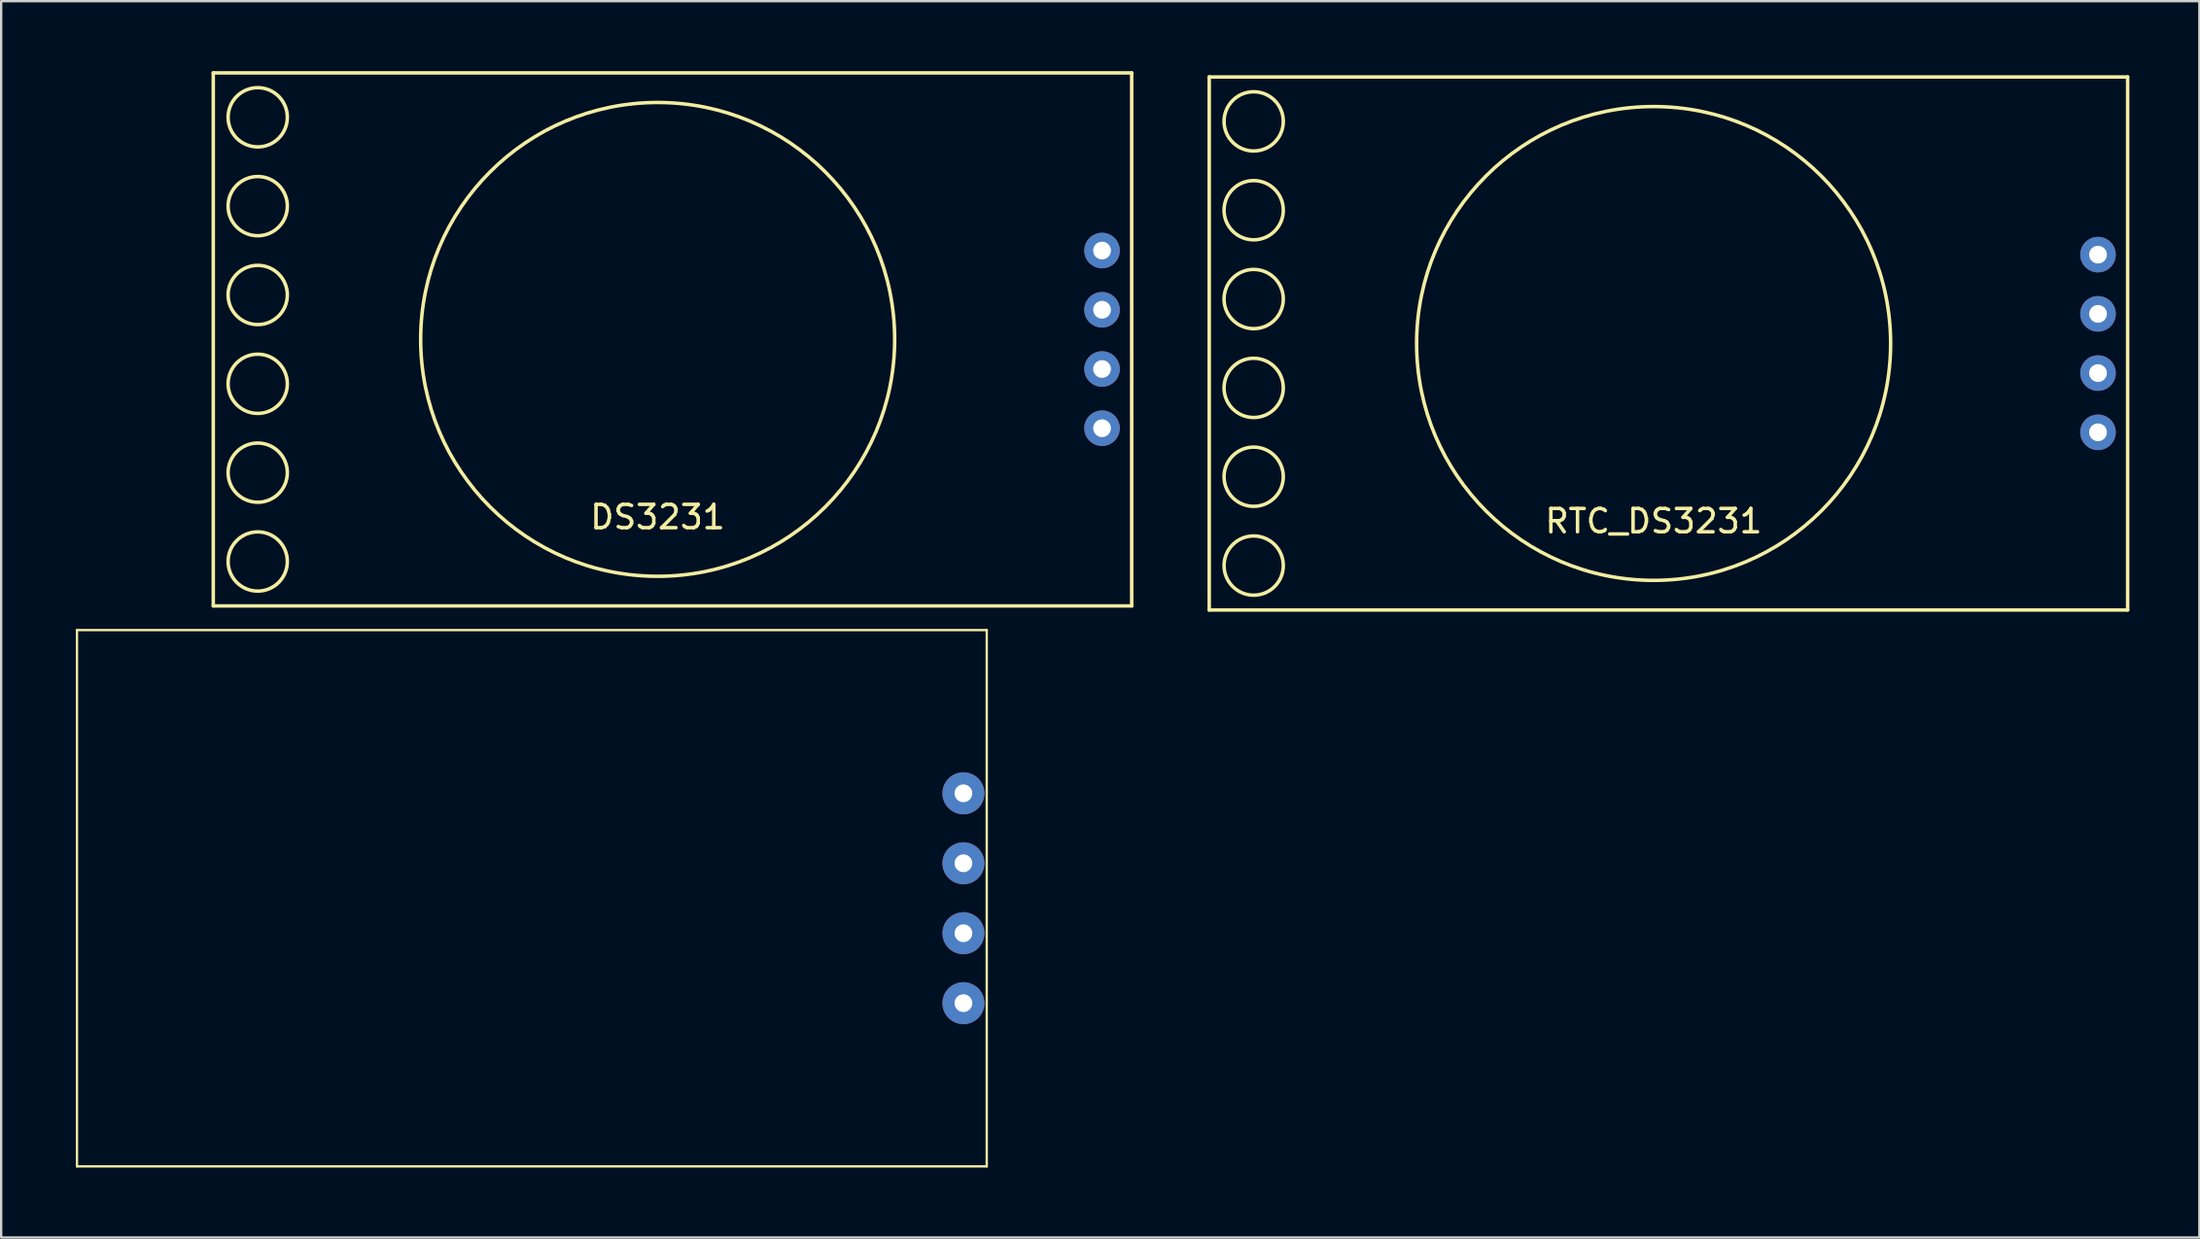
<source format=kicad_pcb>
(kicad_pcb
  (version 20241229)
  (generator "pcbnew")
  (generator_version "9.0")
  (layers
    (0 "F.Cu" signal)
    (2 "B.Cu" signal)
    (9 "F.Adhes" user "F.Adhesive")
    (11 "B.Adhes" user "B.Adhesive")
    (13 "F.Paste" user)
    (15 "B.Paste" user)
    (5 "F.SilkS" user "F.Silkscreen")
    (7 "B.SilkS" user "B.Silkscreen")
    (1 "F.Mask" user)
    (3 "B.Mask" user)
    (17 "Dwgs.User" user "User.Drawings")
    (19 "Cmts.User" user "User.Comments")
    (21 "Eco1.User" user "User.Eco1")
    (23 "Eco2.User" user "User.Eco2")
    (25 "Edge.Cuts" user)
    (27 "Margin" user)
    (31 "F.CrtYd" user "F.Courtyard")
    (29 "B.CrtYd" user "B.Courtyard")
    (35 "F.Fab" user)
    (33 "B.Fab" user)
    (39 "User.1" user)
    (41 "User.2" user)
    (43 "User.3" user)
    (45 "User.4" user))
  (footprint "RTC_DS3231"
    (layer "F.Cu")
    (at 48.788 0.25)
    (property "Reference" "RTC_DS3231" (at 19.05 19.05 0) (layer "F.SilkS") (effects (font (size 1 1) (thickness 0.15))))
    (attr through_hole)
    (fp_line (start 0 0) (end 0 22.86) (stroke (width 0.15) (type solid)) (layer "F.SilkS"))
    (fp_line (start 0 0) (end 39.37 0) (stroke (width 0.15) (type solid)) (layer "F.SilkS"))
    (fp_line (start 0 22.86) (end 39.37 22.86) (stroke (width 0.15) (type solid)) (layer "F.SilkS"))
    (fp_line (start 39.37 0) (end 39.37 22.86) (stroke (width 0.15) (type solid)) (layer "F.SilkS"))
    (fp_circle (center 1.905 1.905) (end 1.905 0.635) (stroke (width 0.15) (type solid)) (fill no) (layer "F.SilkS"))
    (fp_circle (center 1.905 5.715) (end 1.905 4.445) (stroke (width 0.15) (type solid)) (fill no) (layer "F.SilkS"))
    (fp_circle (center 1.905 9.525) (end 1.905 8.255) (stroke (width 0.15) (type solid)) (fill no) (layer "F.SilkS"))
    (fp_circle (center 1.905 13.335) (end 1.905 12.065) (stroke (width 0.15) (type solid)) (fill no) (layer "F.SilkS"))
    (fp_circle (center 1.905 17.145) (end 1.905 15.875) (stroke (width 0.15) (type solid)) (fill no) (layer "F.SilkS"))
    (fp_circle (center 1.905 20.955) (end 1.905 19.685) (stroke (width 0.15) (type solid)) (fill no) (layer "F.SilkS"))
    (fp_circle (center 19.05 11.43) (end 19.05 21.59) (stroke (width 0.15) (type solid)) (fill no) (layer "F.SilkS"))
    (pad "GND" thru_hole circle (at 38.1 7.62) (size 1.524 1.524) (drill 0.762) (layers "*.Cu" "*.Mask"))
    (pad "SCL" thru_hole circle (at 38.1 15.24) (size 1.524 1.524) (drill 0.762) (layers "*.Cu" "*.Mask"))
    (pad "SDA" thru_hole circle (at 38.1 12.7) (size 1.524 1.524) (drill 0.762) (layers "*.Cu" "*.Mask"))
    (pad "VCC" thru_hole circle (at 38.1 10.16) (size 1.524 1.524) (drill 0.762) (layers "*.Cu" "*.Mask")))
  (footprint "DS3231"
    (layer "F.Cu")
    (at 0.25 23.972)
    (property "Reference" "DS3231" (at 24.893 -4.847 0) (layer "F.SilkS") (effects (font (size 1 1) (thickness 0.15))))
    (attr through_hole)
    (fp_line (start 0 0) (end 39 0) (stroke (width 0.1) (type default)) (layer "F.SilkS"))
    (fp_line (start 0 23) (end 0 0) (stroke (width 0.1) (type default)) (layer "F.SilkS"))
    (fp_line (start 5.843 -23.897) (end 5.843 -1.037) (stroke (width 0.15) (type solid)) (layer "F.SilkS"))
    (fp_line (start 5.843 -23.897) (end 45.213 -23.897) (stroke (width 0.15) (type solid)) (layer "F.SilkS"))
    (fp_line (start 5.843 -1.037) (end 45.213 -1.037) (stroke (width 0.15) (type solid)) (layer "F.SilkS"))
    (fp_line (start 39 0) (end 39 23) (stroke (width 0.1) (type default)) (layer "F.SilkS"))
    (fp_line (start 39 23) (end 0 23) (stroke (width 0.1) (type default)) (layer "F.SilkS"))
    (fp_line (start 45.213 -23.897) (end 45.213 -1.037) (stroke (width 0.15) (type solid)) (layer "F.SilkS"))
    (fp_circle (center 7.748 -21.992) (end 7.748 -23.262) (stroke (width 0.15) (type solid)) (fill no) (layer "F.SilkS"))
    (fp_circle (center 7.748 -18.182) (end 7.748 -19.452) (stroke (width 0.15) (type solid)) (fill no) (layer "F.SilkS"))
    (fp_circle (center 7.748 -14.372) (end 7.748 -15.642) (stroke (width 0.15) (type solid)) (fill no) (layer "F.SilkS"))
    (fp_circle (center 7.748 -10.562) (end 7.748 -11.832) (stroke (width 0.15) (type solid)) (fill no) (layer "F.SilkS"))
    (fp_circle (center 7.748 -6.752) (end 7.748 -8.022) (stroke (width 0.15) (type solid)) (fill no) (layer "F.SilkS"))
    (fp_circle (center 7.748 -2.942) (end 7.748 -4.212) (stroke (width 0.15) (type solid)) (fill no) (layer "F.SilkS"))
    (fp_circle (center 24.893 -12.467) (end 24.893 -2.307) (stroke (width 0.15) (type solid)) (fill no) (layer "F.SilkS"))
    (pad "GND" thru_hole circle (at 38 7) (size 1.8 1.8) (drill 0.762) (layers "*.Cu" "*.Mask"))
    (pad "GND" thru_hole circle (at 43.943 -8.657) (size 1.524 1.524) (drill 0.762) (layers "*.Cu" "*.Mask"))
    (pad "SCL" thru_hole circle (at 38 16) (size 1.8 1.8) (drill 0.762) (layers "*.Cu" "*.Mask"))
    (pad "SCL" thru_hole circle (at 43.943 -16.277) (size 1.524 1.524) (drill 0.762) (layers "*.Cu" "*.Mask"))
    (pad "SDA" thru_hole circle (at 38 13) (size 1.8 1.8) (drill 0.762) (layers "*.Cu" "*.Mask"))
    (pad "SDA" thru_hole circle (at 43.943 -13.737) (size 1.524 1.524) (drill 0.762) (layers "*.Cu" "*.Mask"))
    (pad "VCC" thru_hole circle (at 38 10) (size 1.8 1.8) (drill 0.762) (layers "*.Cu" "*.Mask"))
    (pad "VCC" thru_hole circle (at 43.943 -11.197) (size 1.524 1.524) (drill 0.762) (layers "*.Cu" "*.Mask")))
  (gr_rect
    (start -3 -3)
    (end 91.233 50.022)
    (stroke (width 0.1) (type default))
    (fill no)
    (layer "Edge.Cuts")))
</source>
